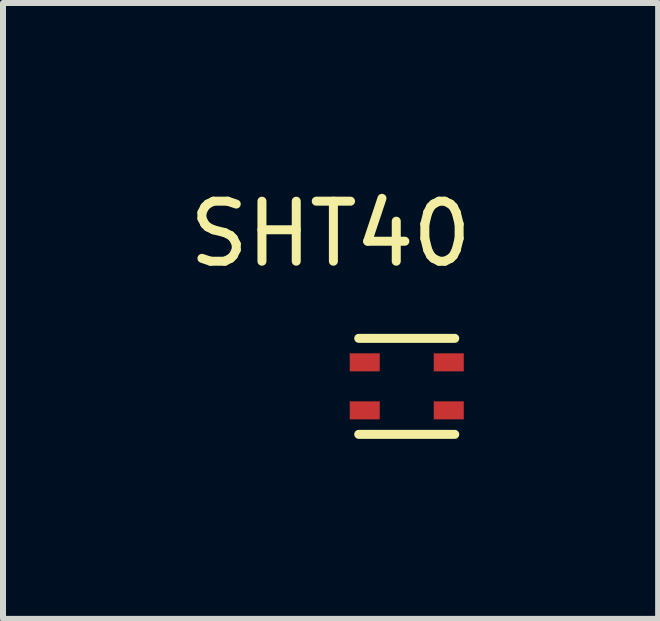
<source format=kicad_pcb>
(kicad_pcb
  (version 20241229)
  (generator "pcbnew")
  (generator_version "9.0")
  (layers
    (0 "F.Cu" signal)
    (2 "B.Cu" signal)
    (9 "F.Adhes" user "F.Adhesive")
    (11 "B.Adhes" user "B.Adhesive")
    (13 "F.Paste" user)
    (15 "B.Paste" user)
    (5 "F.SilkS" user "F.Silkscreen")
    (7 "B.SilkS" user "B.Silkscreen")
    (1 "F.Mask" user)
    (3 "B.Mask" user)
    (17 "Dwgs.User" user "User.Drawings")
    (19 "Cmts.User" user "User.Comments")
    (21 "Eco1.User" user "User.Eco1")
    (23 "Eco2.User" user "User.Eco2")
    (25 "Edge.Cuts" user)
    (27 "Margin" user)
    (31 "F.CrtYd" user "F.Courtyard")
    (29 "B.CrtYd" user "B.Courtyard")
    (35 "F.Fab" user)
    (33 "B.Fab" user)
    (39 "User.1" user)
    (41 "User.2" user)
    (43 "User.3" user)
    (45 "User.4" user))
  (footprint "SHT40"
    (layer "F.Cu")
    (at 3.728 3.388)
    (property "Reference" "SHT40" (at -1.27 -2.54 0) (layer "F.SilkS") (effects (font (size 1 1) (thickness 0.15))))
    (attr through_hole)
    (fp_line (start -0.8 -0.8) (end 0.8 -0.8) (stroke (width 0.15) (type solid)) (layer "F.SilkS"))
    (fp_line (start -0.8 0.8) (end 0.8 0.8) (stroke (width 0.15) (type solid)) (layer "F.SilkS"))
    (pad "1" smd rect (at -0.7 -0.4) (size 0.5 0.3) (layers "F.Cu" "F.Mask" "F.Paste"))
    (pad "2" smd rect (at -0.7 0.4) (size 0.5 0.3) (layers "F.Cu" "F.Mask" "F.Paste"))
    (pad "3" smd rect (at 0.7 0.4) (size 0.5 0.3) (layers "F.Cu" "F.Mask" "F.Paste"))
    (pad "4" smd rect (at 0.7 -0.4) (size 0.5 0.3) (layers "F.Cu" "F.Mask" "F.Paste")))
  (gr_rect
    (start -3 -3)
    (end 7.917 7.263)
    (stroke (width 0.1) (type default))
    (fill no)
    (layer "Edge.Cuts")))
</source>
